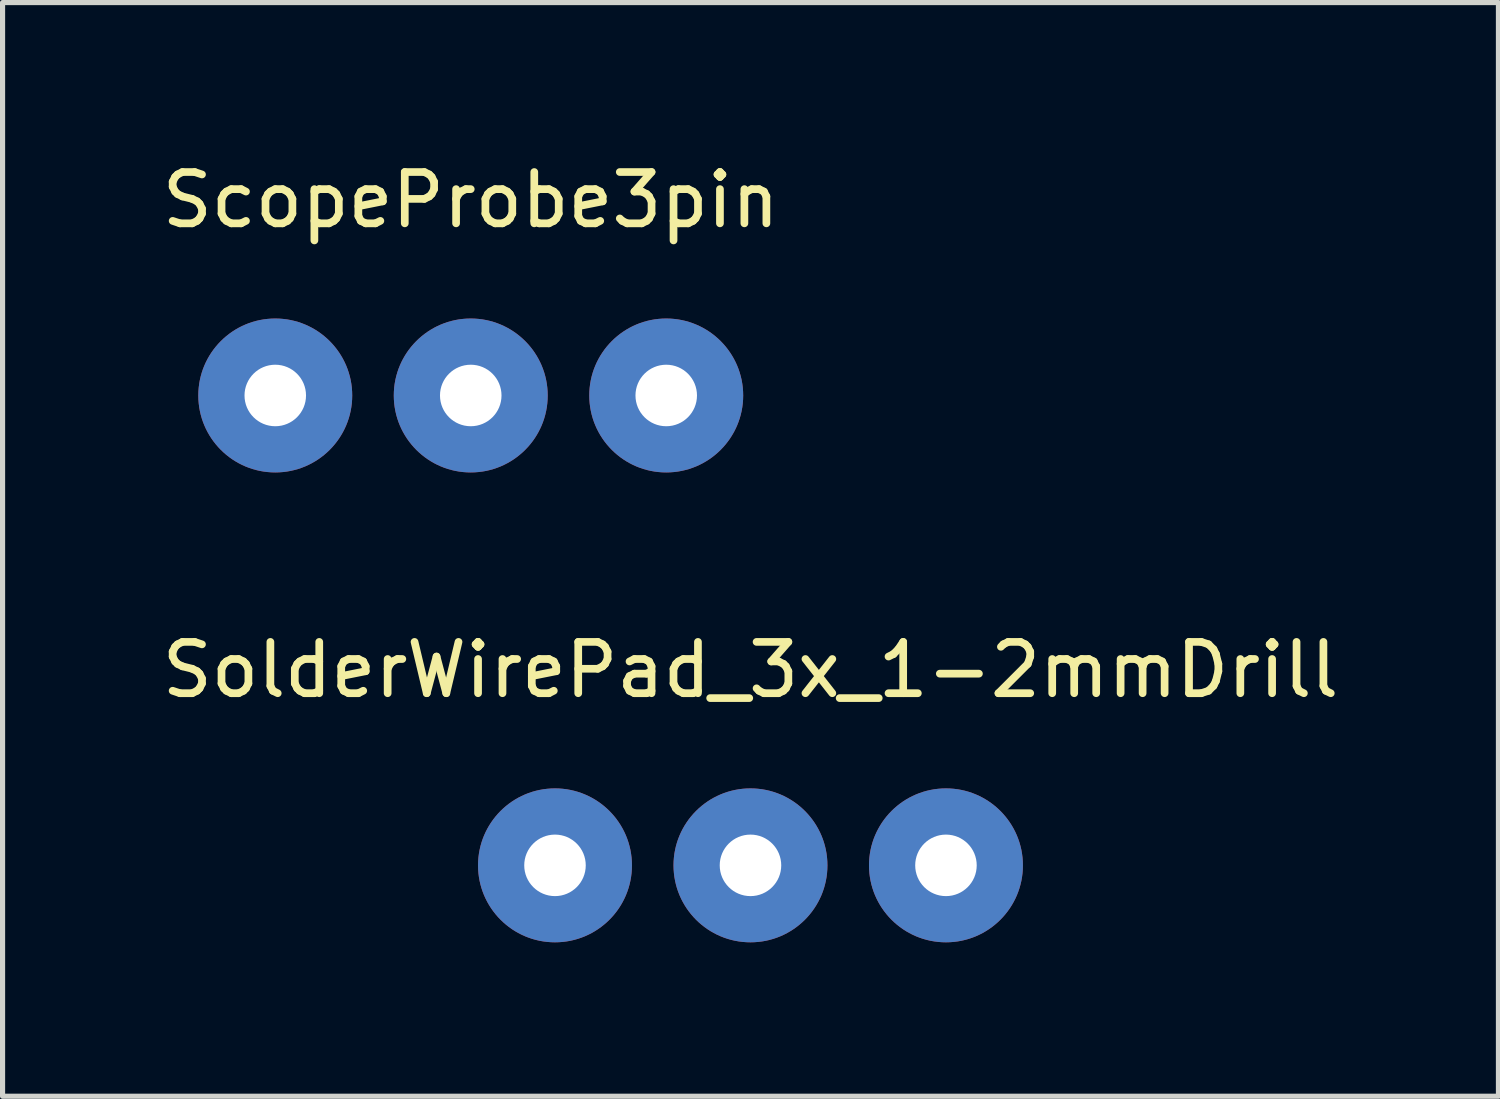
<source format=kicad_pcb>
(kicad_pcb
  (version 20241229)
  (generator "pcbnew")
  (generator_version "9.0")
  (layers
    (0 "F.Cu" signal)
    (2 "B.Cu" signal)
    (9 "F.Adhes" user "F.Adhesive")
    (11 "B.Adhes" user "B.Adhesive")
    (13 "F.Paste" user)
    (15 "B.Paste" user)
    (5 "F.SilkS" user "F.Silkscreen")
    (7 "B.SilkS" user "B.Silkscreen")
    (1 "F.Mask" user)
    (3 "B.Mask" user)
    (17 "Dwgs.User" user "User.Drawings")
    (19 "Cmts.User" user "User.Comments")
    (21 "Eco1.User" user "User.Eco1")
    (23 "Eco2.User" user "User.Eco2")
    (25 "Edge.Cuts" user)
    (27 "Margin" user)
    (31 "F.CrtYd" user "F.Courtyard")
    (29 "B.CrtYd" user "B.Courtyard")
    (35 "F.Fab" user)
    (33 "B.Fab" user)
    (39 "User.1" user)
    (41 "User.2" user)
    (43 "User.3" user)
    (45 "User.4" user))
  (footprint "SolderWirePad_3x_1-2mmDrill"
    (layer "F.Cu")
    (at 11.577 13.816)
    (property "Reference" "SolderWirePad_3x_1-2mmDrill" (at 0 -3.81 0) (layer "F.SilkS") (effects (font (size 1 1) (thickness 0.15))))
    (attr through_hole)
    (pad "1" thru_hole circle (at -3.81 0) (size 3 3) (drill 1.199) (layers "*.Cu" "*.Mask"))
    (pad "2" thru_hole circle (at 0 0) (size 3 3) (drill 1.199) (layers "*.Cu" "*.Mask"))
    (pad "3" thru_hole circle (at 3.81 0) (size 3 3) (drill 1.199) (layers "*.Cu" "*.Mask")))
  (footprint "ScopeProbe3pin"
    (layer "F.Cu")
    (at 6.125 4.658)
    (property "Reference" "ScopeProbe3pin" (at 0 -3.81 0) (layer "F.SilkS") (effects (font (size 1 1) (thickness 0.15))))
    (attr through_hole)
    (pad "1" thru_hole circle (at -3.81 0) (size 3 3) (drill 1.199) (layers "*.Cu" "*.Mask"))
    (pad "2" thru_hole circle (at 0 0) (size 3 3) (drill 1.199) (layers "*.Cu" "*.Mask"))
    (pad "3" thru_hole circle (at 3.81 0) (size 3 3) (drill 1.199) (layers "*.Cu" "*.Mask")))
  (gr_rect
    (start -3 -3)
    (end 26.155 18.316)
    (stroke (width 0.1) (type default))
    (fill no)
    (layer "Edge.Cuts")))
</source>
